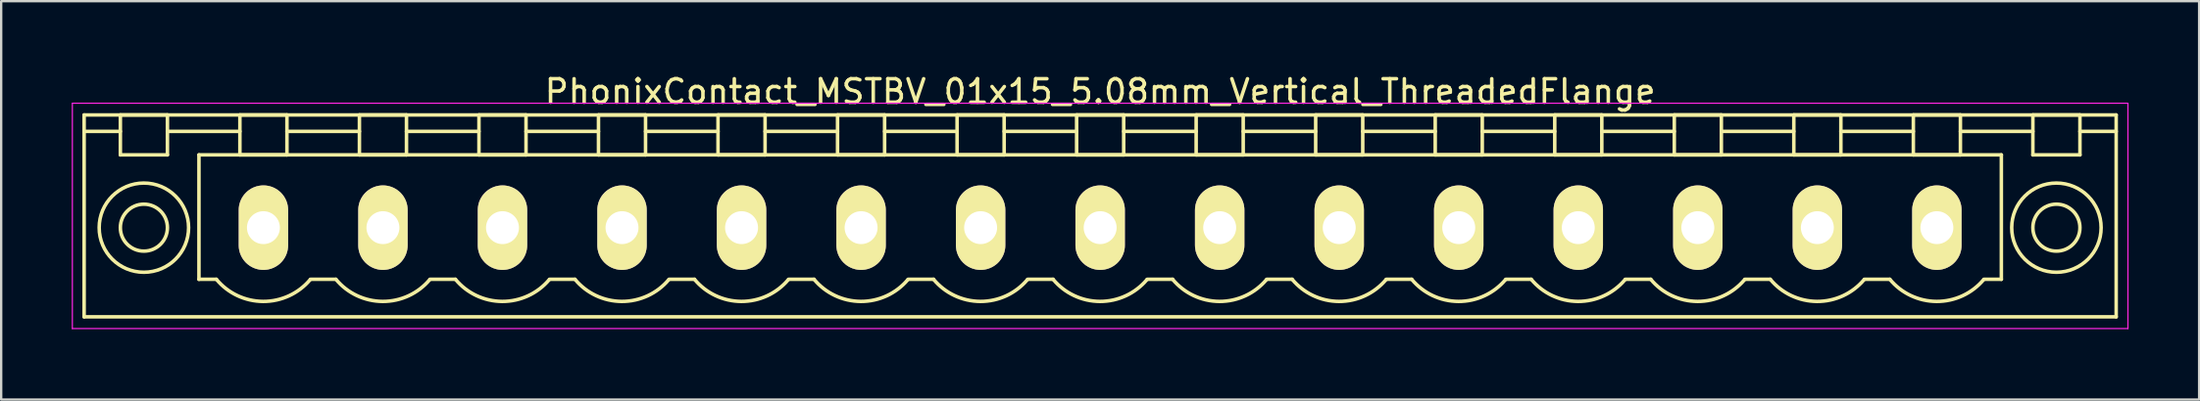
<source format=kicad_pcb>
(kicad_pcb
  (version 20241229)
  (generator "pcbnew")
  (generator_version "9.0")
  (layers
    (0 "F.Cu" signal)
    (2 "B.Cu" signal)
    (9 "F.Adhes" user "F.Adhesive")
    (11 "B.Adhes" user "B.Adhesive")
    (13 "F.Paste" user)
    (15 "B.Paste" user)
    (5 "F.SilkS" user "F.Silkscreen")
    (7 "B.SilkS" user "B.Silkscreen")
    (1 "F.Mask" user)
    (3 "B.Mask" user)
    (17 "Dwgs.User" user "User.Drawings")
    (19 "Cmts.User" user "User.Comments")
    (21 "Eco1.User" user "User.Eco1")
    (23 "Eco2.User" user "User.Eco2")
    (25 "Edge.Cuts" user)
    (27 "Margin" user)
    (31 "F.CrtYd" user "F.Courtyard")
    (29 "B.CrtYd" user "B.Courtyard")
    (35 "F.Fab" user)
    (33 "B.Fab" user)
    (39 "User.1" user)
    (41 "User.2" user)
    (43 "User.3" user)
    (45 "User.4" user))
  (footprint "PhonixContact_MSTBV_01x15_5.08mm_Vertical_ThreadedFlange"
    (layer "F.Cu")
    (at 8.145 6.648)
    (property "Reference" "PhonixContact_MSTBV_01x15_5.08mm_Vertical_ThreadedFlange" (at 35.56 -5.8 0) (layer "F.SilkS") (effects (font (size 1 1) (thickness 0.15))))
    (attr through_hole)
    (fp_line (start -7.62 -4.8) (end -7.62 3.8) (stroke (width 0.15) (type solid)) (layer "F.SilkS"))
    (fp_line (start -7.62 -4.1) (end -6.08 -4.1) (stroke (width 0.15) (type solid)) (layer "F.SilkS"))
    (fp_line (start -7.62 3.8) (end 78.74 3.8) (stroke (width 0.15) (type solid)) (layer "F.SilkS"))
    (fp_line (start -6.08 -4.8) (end -4.08 -4.8) (stroke (width 0.15) (type solid)) (layer "F.SilkS"))
    (fp_line (start -6.08 -3.1) (end -6.08 -4.8) (stroke (width 0.15) (type solid)) (layer "F.SilkS"))
    (fp_line (start -4.08 -4.8) (end -4.08 -3.1) (stroke (width 0.15) (type solid)) (layer "F.SilkS"))
    (fp_line (start -4.08 -4.1) (end -1 -4.1) (stroke (width 0.15) (type solid)) (layer "F.SilkS"))
    (fp_line (start -4.08 -3.1) (end -6.08 -3.1) (stroke (width 0.15) (type solid)) (layer "F.SilkS"))
    (fp_line (start -2.74 -3.1) (end 73.86 -3.1) (stroke (width 0.15) (type solid)) (layer "F.SilkS"))
    (fp_line (start -2.74 2.2) (end -2.74 -3.1) (stroke (width 0.15) (type solid)) (layer "F.SilkS"))
    (fp_line (start -2 2.2) (end -2.74 2.2) (stroke (width 0.15) (type solid)) (layer "F.SilkS"))
    (fp_line (start -1 -4.8) (end 1 -4.8) (stroke (width 0.15) (type solid)) (layer "F.SilkS"))
    (fp_line (start -1 -3.1) (end -1 -4.8) (stroke (width 0.15) (type solid)) (layer "F.SilkS"))
    (fp_line (start 1 -4.8) (end 1 -3.1) (stroke (width 0.15) (type solid)) (layer "F.SilkS"))
    (fp_line (start 1 -4.1) (end 4.08 -4.1) (stroke (width 0.15) (type solid)) (layer "F.SilkS"))
    (fp_line (start 1 -3.1) (end -1 -3.1) (stroke (width 0.15) (type solid)) (layer "F.SilkS"))
    (fp_line (start 2 2.2) (end 3.08 2.2) (stroke (width 0.15) (type solid)) (layer "F.SilkS"))
    (fp_line (start 4.08 -4.8) (end 6.08 -4.8) (stroke (width 0.15) (type solid)) (layer "F.SilkS"))
    (fp_line (start 4.08 -3.1) (end 4.08 -4.8) (stroke (width 0.15) (type solid)) (layer "F.SilkS"))
    (fp_line (start 6.08 -4.8) (end 6.08 -3.1) (stroke (width 0.15) (type solid)) (layer "F.SilkS"))
    (fp_line (start 6.08 -4.1) (end 9.16 -4.1) (stroke (width 0.15) (type solid)) (layer "F.SilkS"))
    (fp_line (start 6.08 -3.1) (end 4.08 -3.1) (stroke (width 0.15) (type solid)) (layer "F.SilkS"))
    (fp_line (start 7.08 2.2) (end 8.16 2.2) (stroke (width 0.15) (type solid)) (layer "F.SilkS"))
    (fp_line (start 9.16 -4.8) (end 11.16 -4.8) (stroke (width 0.15) (type solid)) (layer "F.SilkS"))
    (fp_line (start 9.16 -3.1) (end 9.16 -4.8) (stroke (width 0.15) (type solid)) (layer "F.SilkS"))
    (fp_line (start 11.16 -4.8) (end 11.16 -3.1) (stroke (width 0.15) (type solid)) (layer "F.SilkS"))
    (fp_line (start 11.16 -4.1) (end 14.24 -4.1) (stroke (width 0.15) (type solid)) (layer "F.SilkS"))
    (fp_line (start 11.16 -3.1) (end 9.16 -3.1) (stroke (width 0.15) (type solid)) (layer "F.SilkS"))
    (fp_line (start 12.16 2.2) (end 13.24 2.2) (stroke (width 0.15) (type solid)) (layer "F.SilkS"))
    (fp_line (start 14.24 -4.8) (end 16.24 -4.8) (stroke (width 0.15) (type solid)) (layer "F.SilkS"))
    (fp_line (start 14.24 -3.1) (end 14.24 -4.8) (stroke (width 0.15) (type solid)) (layer "F.SilkS"))
    (fp_line (start 16.24 -4.8) (end 16.24 -3.1) (stroke (width 0.15) (type solid)) (layer "F.SilkS"))
    (fp_line (start 16.24 -4.1) (end 19.32 -4.1) (stroke (width 0.15) (type solid)) (layer "F.SilkS"))
    (fp_line (start 16.24 -3.1) (end 14.24 -3.1) (stroke (width 0.15) (type solid)) (layer "F.SilkS"))
    (fp_line (start 17.24 2.2) (end 18.32 2.2) (stroke (width 0.15) (type solid)) (layer "F.SilkS"))
    (fp_line (start 19.32 -4.8) (end 21.32 -4.8) (stroke (width 0.15) (type solid)) (layer "F.SilkS"))
    (fp_line (start 19.32 -3.1) (end 19.32 -4.8) (stroke (width 0.15) (type solid)) (layer "F.SilkS"))
    (fp_line (start 21.32 -4.8) (end 21.32 -3.1) (stroke (width 0.15) (type solid)) (layer "F.SilkS"))
    (fp_line (start 21.32 -4.1) (end 24.4 -4.1) (stroke (width 0.15) (type solid)) (layer "F.SilkS"))
    (fp_line (start 21.32 -3.1) (end 19.32 -3.1) (stroke (width 0.15) (type solid)) (layer "F.SilkS"))
    (fp_line (start 22.32 2.2) (end 23.4 2.2) (stroke (width 0.15) (type solid)) (layer "F.SilkS"))
    (fp_line (start 24.4 -4.8) (end 26.4 -4.8) (stroke (width 0.15) (type solid)) (layer "F.SilkS"))
    (fp_line (start 24.4 -3.1) (end 24.4 -4.8) (stroke (width 0.15) (type solid)) (layer "F.SilkS"))
    (fp_line (start 26.4 -4.8) (end 26.4 -3.1) (stroke (width 0.15) (type solid)) (layer "F.SilkS"))
    (fp_line (start 26.4 -4.1) (end 29.48 -4.1) (stroke (width 0.15) (type solid)) (layer "F.SilkS"))
    (fp_line (start 26.4 -3.1) (end 24.4 -3.1) (stroke (width 0.15) (type solid)) (layer "F.SilkS"))
    (fp_line (start 27.4 2.2) (end 28.48 2.2) (stroke (width 0.15) (type solid)) (layer "F.SilkS"))
    (fp_line (start 29.48 -4.8) (end 31.48 -4.8) (stroke (width 0.15) (type solid)) (layer "F.SilkS"))
    (fp_line (start 29.48 -3.1) (end 29.48 -4.8) (stroke (width 0.15) (type solid)) (layer "F.SilkS"))
    (fp_line (start 31.48 -4.8) (end 31.48 -3.1) (stroke (width 0.15) (type solid)) (layer "F.SilkS"))
    (fp_line (start 31.48 -4.1) (end 34.56 -4.1) (stroke (width 0.15) (type solid)) (layer "F.SilkS"))
    (fp_line (start 31.48 -3.1) (end 29.48 -3.1) (stroke (width 0.15) (type solid)) (layer "F.SilkS"))
    (fp_line (start 32.48 2.2) (end 33.56 2.2) (stroke (width 0.15) (type solid)) (layer "F.SilkS"))
    (fp_line (start 34.56 -4.8) (end 36.56 -4.8) (stroke (width 0.15) (type solid)) (layer "F.SilkS"))
    (fp_line (start 34.56 -3.1) (end 34.56 -4.8) (stroke (width 0.15) (type solid)) (layer "F.SilkS"))
    (fp_line (start 36.56 -4.8) (end 36.56 -3.1) (stroke (width 0.15) (type solid)) (layer "F.SilkS"))
    (fp_line (start 36.56 -4.1) (end 39.64 -4.1) (stroke (width 0.15) (type solid)) (layer "F.SilkS"))
    (fp_line (start 36.56 -3.1) (end 34.56 -3.1) (stroke (width 0.15) (type solid)) (layer "F.SilkS"))
    (fp_line (start 37.56 2.2) (end 38.64 2.2) (stroke (width 0.15) (type solid)) (layer "F.SilkS"))
    (fp_line (start 39.64 -4.8) (end 41.64 -4.8) (stroke (width 0.15) (type solid)) (layer "F.SilkS"))
    (fp_line (start 39.64 -3.1) (end 39.64 -4.8) (stroke (width 0.15) (type solid)) (layer "F.SilkS"))
    (fp_line (start 41.64 -4.8) (end 41.64 -3.1) (stroke (width 0.15) (type solid)) (layer "F.SilkS"))
    (fp_line (start 41.64 -4.1) (end 44.72 -4.1) (stroke (width 0.15) (type solid)) (layer "F.SilkS"))
    (fp_line (start 41.64 -3.1) (end 39.64 -3.1) (stroke (width 0.15) (type solid)) (layer "F.SilkS"))
    (fp_line (start 42.64 2.2) (end 43.72 2.2) (stroke (width 0.15) (type solid)) (layer "F.SilkS"))
    (fp_line (start 44.72 -4.8) (end 46.72 -4.8) (stroke (width 0.15) (type solid)) (layer "F.SilkS"))
    (fp_line (start 44.72 -3.1) (end 44.72 -4.8) (stroke (width 0.15) (type solid)) (layer "F.SilkS"))
    (fp_line (start 46.72 -4.8) (end 46.72 -3.1) (stroke (width 0.15) (type solid)) (layer "F.SilkS"))
    (fp_line (start 46.72 -4.1) (end 49.8 -4.1) (stroke (width 0.15) (type solid)) (layer "F.SilkS"))
    (fp_line (start 46.72 -3.1) (end 44.72 -3.1) (stroke (width 0.15) (type solid)) (layer "F.SilkS"))
    (fp_line (start 47.72 2.2) (end 48.8 2.2) (stroke (width 0.15) (type solid)) (layer "F.SilkS"))
    (fp_line (start 49.8 -4.8) (end 51.8 -4.8) (stroke (width 0.15) (type solid)) (layer "F.SilkS"))
    (fp_line (start 49.8 -3.1) (end 49.8 -4.8) (stroke (width 0.15) (type solid)) (layer "F.SilkS"))
    (fp_line (start 51.8 -4.8) (end 51.8 -3.1) (stroke (width 0.15) (type solid)) (layer "F.SilkS"))
    (fp_line (start 51.8 -4.1) (end 54.88 -4.1) (stroke (width 0.15) (type solid)) (layer "F.SilkS"))
    (fp_line (start 51.8 -3.1) (end 49.8 -3.1) (stroke (width 0.15) (type solid)) (layer "F.SilkS"))
    (fp_line (start 52.8 2.2) (end 53.88 2.2) (stroke (width 0.15) (type solid)) (layer "F.SilkS"))
    (fp_line (start 54.88 -4.8) (end 56.88 -4.8) (stroke (width 0.15) (type solid)) (layer "F.SilkS"))
    (fp_line (start 54.88 -3.1) (end 54.88 -4.8) (stroke (width 0.15) (type solid)) (layer "F.SilkS"))
    (fp_line (start 56.88 -4.8) (end 56.88 -3.1) (stroke (width 0.15) (type solid)) (layer "F.SilkS"))
    (fp_line (start 56.88 -4.1) (end 59.96 -4.1) (stroke (width 0.15) (type solid)) (layer "F.SilkS"))
    (fp_line (start 56.88 -3.1) (end 54.88 -3.1) (stroke (width 0.15) (type solid)) (layer "F.SilkS"))
    (fp_line (start 57.88 2.2) (end 58.96 2.2) (stroke (width 0.15) (type solid)) (layer "F.SilkS"))
    (fp_line (start 59.96 -4.8) (end 61.96 -4.8) (stroke (width 0.15) (type solid)) (layer "F.SilkS"))
    (fp_line (start 59.96 -3.1) (end 59.96 -4.8) (stroke (width 0.15) (type solid)) (layer "F.SilkS"))
    (fp_line (start 61.96 -4.8) (end 61.96 -3.1) (stroke (width 0.15) (type solid)) (layer "F.SilkS"))
    (fp_line (start 61.96 -4.1) (end 65.04 -4.1) (stroke (width 0.15) (type solid)) (layer "F.SilkS"))
    (fp_line (start 61.96 -3.1) (end 59.96 -3.1) (stroke (width 0.15) (type solid)) (layer "F.SilkS"))
    (fp_line (start 62.96 2.2) (end 64.04 2.2) (stroke (width 0.15) (type solid)) (layer "F.SilkS"))
    (fp_line (start 65.04 -4.8) (end 67.04 -4.8) (stroke (width 0.15) (type solid)) (layer "F.SilkS"))
    (fp_line (start 65.04 -3.1) (end 65.04 -4.8) (stroke (width 0.15) (type solid)) (layer "F.SilkS"))
    (fp_line (start 67.04 -4.8) (end 67.04 -3.1) (stroke (width 0.15) (type solid)) (layer "F.SilkS"))
    (fp_line (start 67.04 -4.1) (end 70.12 -4.1) (stroke (width 0.15) (type solid)) (layer "F.SilkS"))
    (fp_line (start 67.04 -3.1) (end 65.04 -3.1) (stroke (width 0.15) (type solid)) (layer "F.SilkS"))
    (fp_line (start 68.04 2.2) (end 69.12 2.2) (stroke (width 0.15) (type solid)) (layer "F.SilkS"))
    (fp_line (start 70.12 -4.8) (end 72.12 -4.8) (stroke (width 0.15) (type solid)) (layer "F.SilkS"))
    (fp_line (start 70.12 -3.1) (end 70.12 -4.8) (stroke (width 0.15) (type solid)) (layer "F.SilkS"))
    (fp_line (start 72.12 -4.8) (end 72.12 -3.1) (stroke (width 0.15) (type solid)) (layer "F.SilkS"))
    (fp_line (start 72.12 -4.1) (end 75.2 -4.1) (stroke (width 0.15) (type solid)) (layer "F.SilkS"))
    (fp_line (start 72.12 -3.1) (end 70.12 -3.1) (stroke (width 0.15) (type solid)) (layer "F.SilkS"))
    (fp_line (start 73.86 -3.1) (end 73.86 2.2) (stroke (width 0.15) (type solid)) (layer "F.SilkS"))
    (fp_line (start 73.86 2.2) (end 73.12 2.2) (stroke (width 0.15) (type solid)) (layer "F.SilkS"))
    (fp_line (start 75.2 -4.8) (end 77.2 -4.8) (stroke (width 0.15) (type solid)) (layer "F.SilkS"))
    (fp_line (start 75.2 -3.1) (end 75.2 -4.8) (stroke (width 0.15) (type solid)) (layer "F.SilkS"))
    (fp_line (start 77.2 -4.8) (end 77.2 -3.1) (stroke (width 0.15) (type solid)) (layer "F.SilkS"))
    (fp_line (start 77.2 -3.1) (end 75.2 -3.1) (stroke (width 0.15) (type solid)) (layer "F.SilkS"))
    (fp_line (start 78.74 -4.8) (end -7.62 -4.8) (stroke (width 0.15) (type solid)) (layer "F.SilkS"))
    (fp_line (start 78.74 -4.1) (end 77.2 -4.1) (stroke (width 0.15) (type solid)) (layer "F.SilkS"))
    (fp_line (start 78.74 3.8) (end 78.74 -4.8) (stroke (width 0.15) (type solid)) (layer "F.SilkS"))
    (fp_arc (start 1.986842 2.215821) (mid -0.010289 3.142758) (end -2 2.2) (stroke (width 0.15) (type solid)) (layer "F.SilkS"))
    (fp_arc (start 7.066842 2.215821) (mid 5.069711 3.142758) (end 3.08 2.2) (stroke (width 0.15) (type solid)) (layer "F.SilkS"))
    (fp_arc (start 12.146842 2.215821) (mid 10.149711 3.142758) (end 8.16 2.2) (stroke (width 0.15) (type solid)) (layer "F.SilkS"))
    (fp_arc (start 17.226842 2.215821) (mid 15.229711 3.142758) (end 13.24 2.2) (stroke (width 0.15) (type solid)) (layer "F.SilkS"))
    (fp_arc (start 22.306842 2.215821) (mid 20.309711 3.142758) (end 18.32 2.2) (stroke (width 0.15) (type solid)) (layer "F.SilkS"))
    (fp_arc (start 27.386842 2.215821) (mid 25.389711 3.142758) (end 23.4 2.2) (stroke (width 0.15) (type solid)) (layer "F.SilkS"))
    (fp_arc (start 32.466842 2.215821) (mid 30.469711 3.142758) (end 28.48 2.2) (stroke (width 0.15) (type solid)) (layer "F.SilkS"))
    (fp_arc (start 37.546842 2.215821) (mid 35.549711 3.142758) (end 33.56 2.2) (stroke (width 0.15) (type solid)) (layer "F.SilkS"))
    (fp_arc (start 42.626842 2.215821) (mid 40.629711 3.142758) (end 38.64 2.2) (stroke (width 0.15) (type solid)) (layer "F.SilkS"))
    (fp_arc (start 47.706842 2.215821) (mid 45.709711 3.142758) (end 43.72 2.2) (stroke (width 0.15) (type solid)) (layer "F.SilkS"))
    (fp_arc (start 52.786842 2.215821) (mid 50.789711 3.142758) (end 48.8 2.2) (stroke (width 0.15) (type solid)) (layer "F.SilkS"))
    (fp_arc (start 57.866842 2.215821) (mid 55.869711 3.142758) (end 53.88 2.2) (stroke (width 0.15) (type solid)) (layer "F.SilkS"))
    (fp_arc (start 62.946842 2.215821) (mid 60.949711 3.142758) (end 58.96 2.2) (stroke (width 0.15) (type solid)) (layer "F.SilkS"))
    (fp_arc (start 68.026842 2.215821) (mid 66.029711 3.142758) (end 64.04 2.2) (stroke (width 0.15) (type solid)) (layer "F.SilkS"))
    (fp_arc (start 73.106842 2.215821) (mid 71.109711 3.142758) (end 69.12 2.2) (stroke (width 0.15) (type solid)) (layer "F.SilkS"))
    (fp_circle (center -5.08 0) (end -4.08 0) (stroke (width 0.15) (type solid)) (fill no) (layer "F.SilkS"))
    (fp_circle (center -5.08 0) (end -3.18 0) (stroke (width 0.15) (type solid)) (fill no) (layer "F.SilkS"))
    (fp_circle (center 76.2 0) (end 77.2 0) (stroke (width 0.15) (type solid)) (fill no) (layer "F.SilkS"))
    (fp_circle (center 76.2 0) (end 78.1 0) (stroke (width 0.15) (type solid)) (fill no) (layer "F.SilkS"))
    (fp_line (start -8.12 -5.3) (end -8.12 4.3) (stroke (width 0.05) (type solid)) (layer "F.CrtYd"))
    (fp_line (start -8.12 4.3) (end 79.24 4.3) (stroke (width 0.05) (type solid)) (layer "F.CrtYd"))
    (fp_line (start 79.24 -5.3) (end -8.12 -5.3) (stroke (width 0.05) (type solid)) (layer "F.CrtYd"))
    (fp_line (start 79.24 4.3) (end 79.24 -5.3) (stroke (width 0.05) (type solid)) (layer "F.CrtYd"))
    (pad "1" thru_hole oval (at 0 0) (size 2.1 3.6) (drill 1.4) (layers "*.Cu" "*.Mask" "F.SilkS"))
    (pad "2" thru_hole oval (at 5.08 0) (size 2.1 3.6) (drill 1.4) (layers "*.Cu" "*.Mask" "F.SilkS"))
    (pad "3" thru_hole oval (at 10.16 0) (size 2.1 3.6) (drill 1.4) (layers "*.Cu" "*.Mask" "F.SilkS"))
    (pad "4" thru_hole oval (at 15.24 0) (size 2.1 3.6) (drill 1.4) (layers "*.Cu" "*.Mask" "F.SilkS"))
    (pad "5" thru_hole oval (at 20.32 0) (size 2.1 3.6) (drill 1.4) (layers "*.Cu" "*.Mask" "F.SilkS"))
    (pad "6" thru_hole oval (at 25.4 0) (size 2.1 3.6) (drill 1.4) (layers "*.Cu" "*.Mask" "F.SilkS"))
    (pad "7" thru_hole oval (at 30.48 0) (size 2.1 3.6) (drill 1.4) (layers "*.Cu" "*.Mask" "F.SilkS"))
    (pad "8" thru_hole oval (at 35.56 0) (size 2.1 3.6) (drill 1.4) (layers "*.Cu" "*.Mask" "F.SilkS"))
    (pad "9" thru_hole oval (at 40.64 0) (size 2.1 3.6) (drill 1.4) (layers "*.Cu" "*.Mask" "F.SilkS"))
    (pad "10" thru_hole oval (at 45.72 0) (size 2.1 3.6) (drill 1.4) (layers "*.Cu" "*.Mask" "F.SilkS"))
    (pad "11" thru_hole oval (at 50.8 0) (size 2.1 3.6) (drill 1.4) (layers "*.Cu" "*.Mask" "F.SilkS"))
    (pad "12" thru_hole oval (at 55.88 0) (size 2.1 3.6) (drill 1.4) (layers "*.Cu" "*.Mask" "F.SilkS"))
    (pad "13" thru_hole oval (at 60.96 0) (size 2.1 3.6) (drill 1.4) (layers "*.Cu" "*.Mask" "F.SilkS"))
    (pad "14" thru_hole oval (at 66.04 0) (size 2.1 3.6) (drill 1.4) (layers "*.Cu" "*.Mask" "F.SilkS"))
    (pad "15" thru_hole oval (at 71.12 0) (size 2.1 3.6) (drill 1.4) (layers "*.Cu" "*.Mask" "F.SilkS")))
  (gr_rect
    (start -3 -3)
    (end 90.41 13.973)
    (stroke (width 0.1) (type default))
    (fill no)
    (layer "Edge.Cuts")))
</source>
